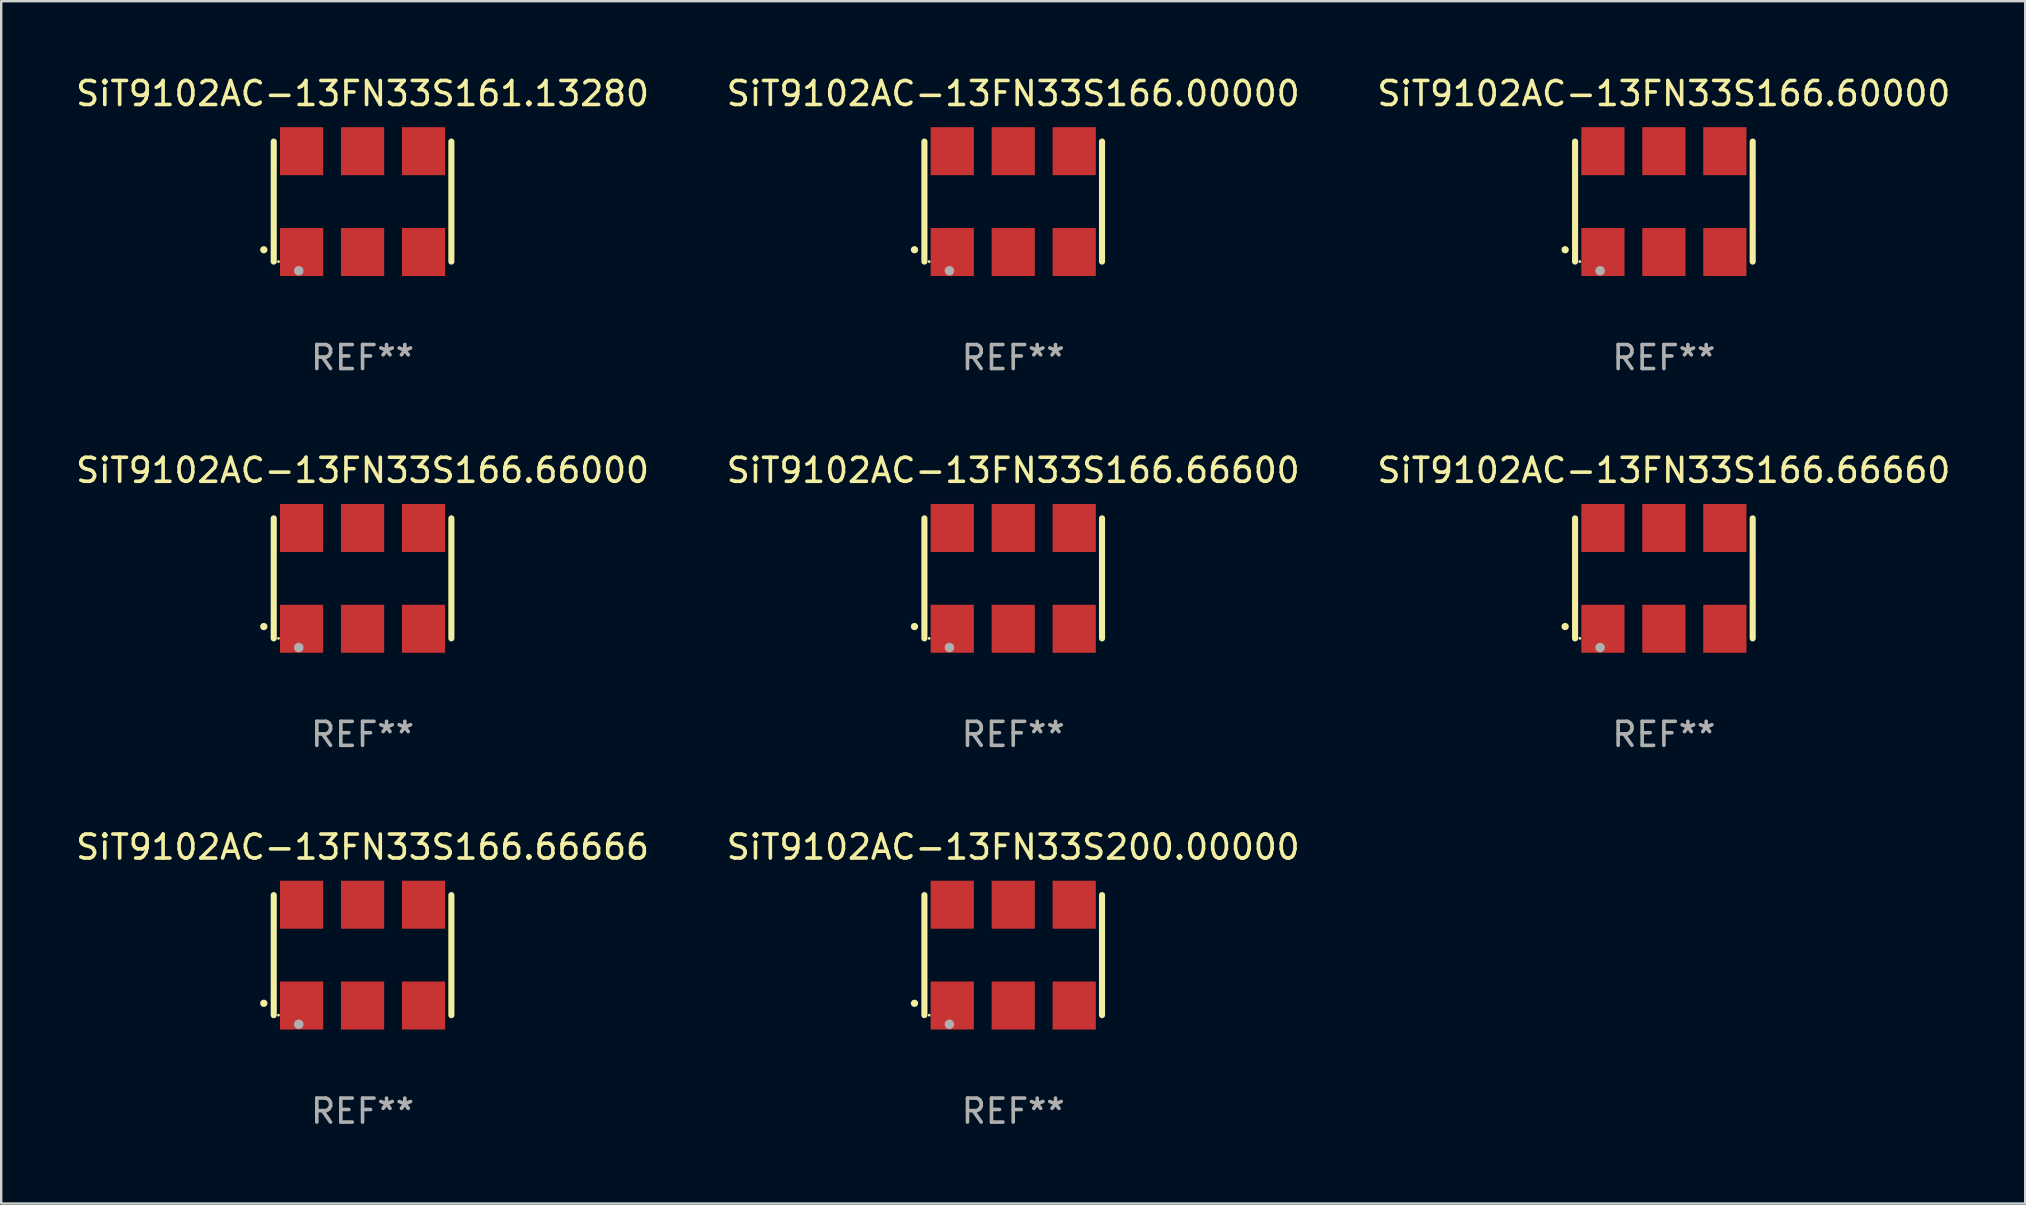
<source format=kicad_pcb>
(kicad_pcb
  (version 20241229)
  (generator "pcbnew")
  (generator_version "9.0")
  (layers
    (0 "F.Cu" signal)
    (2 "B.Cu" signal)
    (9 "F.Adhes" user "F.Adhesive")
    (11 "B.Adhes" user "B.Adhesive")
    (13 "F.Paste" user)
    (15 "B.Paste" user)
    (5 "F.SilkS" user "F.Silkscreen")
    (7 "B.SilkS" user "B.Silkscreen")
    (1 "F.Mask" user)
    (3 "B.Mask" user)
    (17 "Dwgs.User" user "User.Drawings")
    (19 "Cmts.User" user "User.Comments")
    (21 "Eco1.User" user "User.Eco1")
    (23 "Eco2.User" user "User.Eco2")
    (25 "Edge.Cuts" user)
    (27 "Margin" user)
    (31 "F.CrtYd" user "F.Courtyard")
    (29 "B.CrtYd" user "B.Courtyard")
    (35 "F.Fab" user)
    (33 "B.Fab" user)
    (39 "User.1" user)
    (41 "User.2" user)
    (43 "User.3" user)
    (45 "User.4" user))
  (footprint "SiT9102AC-13FN33S166.60000"
    (layer "F.Cu")
    (at 66.268 5.348)
    (property "Reference" "SiT9102AC-13FN33S166.60000" (at 0 -4.5 0) (layer "F.SilkS") (effects (font (size 1 1) (thickness 0.15))))
    (attr through_hole)
    (fp_line (start -3.7 -2.5) (end -3.7 2.5) (stroke (width 0.254) (type solid)) (layer "F.SilkS"))
    (fp_line (start 3.7 -2.5) (end 3.7 2.5) (stroke (width 0.254) (type solid)) (layer "F.SilkS"))
    (fp_arc (start -4.114415 2.006604) (mid -4.113145 2.006599) (end -4.111875 2.006604) (stroke (width 0.3) (type solid)) (layer "F.SilkS"))
    (fp_circle (center -3.502 2.5) (end -3.472 2.5) (stroke (width 0.06) (type solid)) (fill no) (layer "F.SilkS"))
    (fp_circle (center -2.657 2.882) (end -2.557 2.882) (stroke (width 0.2) (type solid)) (fill no) (layer "F.Fab"))
    (fp_text user "REF**" (at 0 6.5 0) (layer "F.Fab") (effects (font (size 1 1) (thickness 0.15))))
    (pad "1" smd rect (at -2.54 2.1) (size 1.8 2) (layers "F.Cu" "F.Mask" "F.Paste"))
    (pad "2" smd rect (at 0.000394 2.1) (size 1.8 2) (layers "F.Cu" "F.Mask" "F.Paste"))
    (pad "3" smd rect (at 2.54 2.1) (size 1.8 2) (layers "F.Cu" "F.Mask" "F.Paste"))
    (pad "4" smd rect (at 2.54 -2.1) (size 1.8 2) (layers "F.Cu" "F.Mask" "F.Paste"))
    (pad "5" smd rect (at 0.000394 -2.1) (size 1.8 2) (layers "F.Cu" "F.Mask" "F.Paste"))
    (pad "6" smd rect (at -2.54 -2.1) (size 1.8 2) (layers "F.Cu" "F.Mask" "F.Paste")))
  (footprint "SiT9102AC-13FN33S200.00000"
    (layer "F.Cu")
    (at 39.161 36.741)
    (property "Reference" "SiT9102AC-13FN33S200.00000" (at 0 -4.5 0) (layer "F.SilkS") (effects (font (size 1 1) (thickness 0.15))))
    (attr through_hole)
    (fp_line (start -3.7 -2.5) (end -3.7 2.5) (stroke (width 0.254) (type solid)) (layer "F.SilkS"))
    (fp_line (start 3.7 -2.5) (end 3.7 2.5) (stroke (width 0.254) (type solid)) (layer "F.SilkS"))
    (fp_arc (start -4.114415 2.006604) (mid -4.113145 2.006599) (end -4.111875 2.006604) (stroke (width 0.3) (type solid)) (layer "F.SilkS"))
    (fp_circle (center -3.502 2.5) (end -3.472 2.5) (stroke (width 0.06) (type solid)) (fill no) (layer "F.SilkS"))
    (fp_circle (center -2.657 2.882) (end -2.557 2.882) (stroke (width 0.2) (type solid)) (fill no) (layer "F.Fab"))
    (fp_text user "REF**" (at 0 6.5 0) (layer "F.Fab") (effects (font (size 1 1) (thickness 0.15))))
    (pad "1" smd rect (at -2.54 2.1) (size 1.8 2) (layers "F.Cu" "F.Mask" "F.Paste"))
    (pad "2" smd rect (at 0.000394 2.1) (size 1.8 2) (layers "F.Cu" "F.Mask" "F.Paste"))
    (pad "3" smd rect (at 2.54 2.1) (size 1.8 2) (layers "F.Cu" "F.Mask" "F.Paste"))
    (pad "4" smd rect (at 2.54 -2.1) (size 1.8 2) (layers "F.Cu" "F.Mask" "F.Paste"))
    (pad "5" smd rect (at 0.000394 -2.1) (size 1.8 2) (layers "F.Cu" "F.Mask" "F.Paste"))
    (pad "6" smd rect (at -2.54 -2.1) (size 1.8 2) (layers "F.Cu" "F.Mask" "F.Paste")))
  (footprint "SiT9102AC-13FN33S166.66666"
    (layer "F.Cu")
    (at 12.054 36.741)
    (property "Reference" "SiT9102AC-13FN33S166.66666" (at 0 -4.5 0) (layer "F.SilkS") (effects (font (size 1 1) (thickness 0.15))))
    (attr through_hole)
    (fp_line (start -3.7 -2.5) (end -3.7 2.5) (stroke (width 0.254) (type solid)) (layer "F.SilkS"))
    (fp_line (start 3.7 -2.5) (end 3.7 2.5) (stroke (width 0.254) (type solid)) (layer "F.SilkS"))
    (fp_arc (start -4.114415 2.006604) (mid -4.113145 2.006599) (end -4.111875 2.006604) (stroke (width 0.3) (type solid)) (layer "F.SilkS"))
    (fp_circle (center -3.502 2.5) (end -3.472 2.5) (stroke (width 0.06) (type solid)) (fill no) (layer "F.SilkS"))
    (fp_circle (center -2.657 2.882) (end -2.557 2.882) (stroke (width 0.2) (type solid)) (fill no) (layer "F.Fab"))
    (fp_text user "REF**" (at 0 6.5 0) (layer "F.Fab") (effects (font (size 1 1) (thickness 0.15))))
    (pad "1" smd rect (at -2.54 2.1) (size 1.8 2) (layers "F.Cu" "F.Mask" "F.Paste"))
    (pad "2" smd rect (at 0.000394 2.1) (size 1.8 2) (layers "F.Cu" "F.Mask" "F.Paste"))
    (pad "3" smd rect (at 2.54 2.1) (size 1.8 2) (layers "F.Cu" "F.Mask" "F.Paste"))
    (pad "4" smd rect (at 2.54 -2.1) (size 1.8 2) (layers "F.Cu" "F.Mask" "F.Paste"))
    (pad "5" smd rect (at 0.000394 -2.1) (size 1.8 2) (layers "F.Cu" "F.Mask" "F.Paste"))
    (pad "6" smd rect (at -2.54 -2.1) (size 1.8 2) (layers "F.Cu" "F.Mask" "F.Paste")))
  (footprint "SiT9102AC-13FN33S166.66000"
    (layer "F.Cu")
    (at 12.054 21.045)
    (property "Reference" "SiT9102AC-13FN33S166.66000" (at 0 -4.5 0) (layer "F.SilkS") (effects (font (size 1 1) (thickness 0.15))))
    (attr through_hole)
    (fp_line (start -3.7 -2.5) (end -3.7 2.5) (stroke (width 0.254) (type solid)) (layer "F.SilkS"))
    (fp_line (start 3.7 -2.5) (end 3.7 2.5) (stroke (width 0.254) (type solid)) (layer "F.SilkS"))
    (fp_arc (start -4.114415 2.006604) (mid -4.113145 2.006599) (end -4.111875 2.006604) (stroke (width 0.3) (type solid)) (layer "F.SilkS"))
    (fp_circle (center -3.502 2.5) (end -3.472 2.5) (stroke (width 0.06) (type solid)) (fill no) (layer "F.SilkS"))
    (fp_circle (center -2.657 2.882) (end -2.557 2.882) (stroke (width 0.2) (type solid)) (fill no) (layer "F.Fab"))
    (fp_text user "REF**" (at 0 6.5 0) (layer "F.Fab") (effects (font (size 1 1) (thickness 0.15))))
    (pad "1" smd rect (at -2.54 2.1) (size 1.8 2) (layers "F.Cu" "F.Mask" "F.Paste"))
    (pad "2" smd rect (at 0.000394 2.1) (size 1.8 2) (layers "F.Cu" "F.Mask" "F.Paste"))
    (pad "3" smd rect (at 2.54 2.1) (size 1.8 2) (layers "F.Cu" "F.Mask" "F.Paste"))
    (pad "4" smd rect (at 2.54 -2.1) (size 1.8 2) (layers "F.Cu" "F.Mask" "F.Paste"))
    (pad "5" smd rect (at 0.000394 -2.1) (size 1.8 2) (layers "F.Cu" "F.Mask" "F.Paste"))
    (pad "6" smd rect (at -2.54 -2.1) (size 1.8 2) (layers "F.Cu" "F.Mask" "F.Paste")))
  (footprint "SiT9102AC-13FN33S166.66660"
    (layer "F.Cu")
    (at 66.268 21.045)
    (property "Reference" "SiT9102AC-13FN33S166.66660" (at 0 -4.5 0) (layer "F.SilkS") (effects (font (size 1 1) (thickness 0.15))))
    (attr through_hole)
    (fp_line (start -3.7 -2.5) (end -3.7 2.5) (stroke (width 0.254) (type solid)) (layer "F.SilkS"))
    (fp_line (start 3.7 -2.5) (end 3.7 2.5) (stroke (width 0.254) (type solid)) (layer "F.SilkS"))
    (fp_arc (start -4.114415 2.006604) (mid -4.113145 2.006599) (end -4.111875 2.006604) (stroke (width 0.3) (type solid)) (layer "F.SilkS"))
    (fp_circle (center -3.502 2.5) (end -3.472 2.5) (stroke (width 0.06) (type solid)) (fill no) (layer "F.SilkS"))
    (fp_circle (center -2.657 2.882) (end -2.557 2.882) (stroke (width 0.2) (type solid)) (fill no) (layer "F.Fab"))
    (fp_text user "REF**" (at 0 6.5 0) (layer "F.Fab") (effects (font (size 1 1) (thickness 0.15))))
    (pad "1" smd rect (at -2.54 2.1) (size 1.8 2) (layers "F.Cu" "F.Mask" "F.Paste"))
    (pad "2" smd rect (at 0.000394 2.1) (size 1.8 2) (layers "F.Cu" "F.Mask" "F.Paste"))
    (pad "3" smd rect (at 2.54 2.1) (size 1.8 2) (layers "F.Cu" "F.Mask" "F.Paste"))
    (pad "4" smd rect (at 2.54 -2.1) (size 1.8 2) (layers "F.Cu" "F.Mask" "F.Paste"))
    (pad "5" smd rect (at 0.000394 -2.1) (size 1.8 2) (layers "F.Cu" "F.Mask" "F.Paste"))
    (pad "6" smd rect (at -2.54 -2.1) (size 1.8 2) (layers "F.Cu" "F.Mask" "F.Paste")))
  (footprint "SiT9102AC-13FN33S166.66600"
    (layer "F.Cu")
    (at 39.161 21.045)
    (property "Reference" "SiT9102AC-13FN33S166.66600" (at 0 -4.5 0) (layer "F.SilkS") (effects (font (size 1 1) (thickness 0.15))))
    (attr through_hole)
    (fp_line (start -3.7 -2.5) (end -3.7 2.5) (stroke (width 0.254) (type solid)) (layer "F.SilkS"))
    (fp_line (start 3.7 -2.5) (end 3.7 2.5) (stroke (width 0.254) (type solid)) (layer "F.SilkS"))
    (fp_arc (start -4.114415 2.006604) (mid -4.113145 2.006599) (end -4.111875 2.006604) (stroke (width 0.3) (type solid)) (layer "F.SilkS"))
    (fp_circle (center -3.502 2.5) (end -3.472 2.5) (stroke (width 0.06) (type solid)) (fill no) (layer "F.SilkS"))
    (fp_circle (center -2.657 2.882) (end -2.557 2.882) (stroke (width 0.2) (type solid)) (fill no) (layer "F.Fab"))
    (fp_text user "REF**" (at 0 6.5 0) (layer "F.Fab") (effects (font (size 1 1) (thickness 0.15))))
    (pad "1" smd rect (at -2.54 2.1) (size 1.8 2) (layers "F.Cu" "F.Mask" "F.Paste"))
    (pad "2" smd rect (at 0.000394 2.1) (size 1.8 2) (layers "F.Cu" "F.Mask" "F.Paste"))
    (pad "3" smd rect (at 2.54 2.1) (size 1.8 2) (layers "F.Cu" "F.Mask" "F.Paste"))
    (pad "4" smd rect (at 2.54 -2.1) (size 1.8 2) (layers "F.Cu" "F.Mask" "F.Paste"))
    (pad "5" smd rect (at 0.000394 -2.1) (size 1.8 2) (layers "F.Cu" "F.Mask" "F.Paste"))
    (pad "6" smd rect (at -2.54 -2.1) (size 1.8 2) (layers "F.Cu" "F.Mask" "F.Paste")))
  (footprint "SiT9102AC-13FN33S166.00000"
    (layer "F.Cu")
    (at 39.161 5.348)
    (property "Reference" "SiT9102AC-13FN33S166.00000" (at 0 -4.5 0) (layer "F.SilkS") (effects (font (size 1 1) (thickness 0.15))))
    (attr through_hole)
    (fp_line (start -3.7 -2.5) (end -3.7 2.5) (stroke (width 0.254) (type solid)) (layer "F.SilkS"))
    (fp_line (start 3.7 -2.5) (end 3.7 2.5) (stroke (width 0.254) (type solid)) (layer "F.SilkS"))
    (fp_arc (start -4.114415 2.006604) (mid -4.113145 2.006599) (end -4.111875 2.006604) (stroke (width 0.3) (type solid)) (layer "F.SilkS"))
    (fp_circle (center -3.502 2.5) (end -3.472 2.5) (stroke (width 0.06) (type solid)) (fill no) (layer "F.SilkS"))
    (fp_circle (center -2.657 2.882) (end -2.557 2.882) (stroke (width 0.2) (type solid)) (fill no) (layer "F.Fab"))
    (fp_text user "REF**" (at 0 6.5 0) (layer "F.Fab") (effects (font (size 1 1) (thickness 0.15))))
    (pad "1" smd rect (at -2.54 2.1) (size 1.8 2) (layers "F.Cu" "F.Mask" "F.Paste"))
    (pad "2" smd rect (at 0.000394 2.1) (size 1.8 2) (layers "F.Cu" "F.Mask" "F.Paste"))
    (pad "3" smd rect (at 2.54 2.1) (size 1.8 2) (layers "F.Cu" "F.Mask" "F.Paste"))
    (pad "4" smd rect (at 2.54 -2.1) (size 1.8 2) (layers "F.Cu" "F.Mask" "F.Paste"))
    (pad "5" smd rect (at 0.000394 -2.1) (size 1.8 2) (layers "F.Cu" "F.Mask" "F.Paste"))
    (pad "6" smd rect (at -2.54 -2.1) (size 1.8 2) (layers "F.Cu" "F.Mask" "F.Paste")))
  (footprint "SiT9102AC-13FN33S161.13280"
    (layer "F.Cu")
    (at 12.054 5.348)
    (property "Reference" "SiT9102AC-13FN33S161.13280" (at 0 -4.5 0) (layer "F.SilkS") (effects (font (size 1 1) (thickness 0.15))))
    (attr through_hole)
    (fp_line (start -3.7 -2.5) (end -3.7 2.5) (stroke (width 0.254) (type solid)) (layer "F.SilkS"))
    (fp_line (start 3.7 -2.5) (end 3.7 2.5) (stroke (width 0.254) (type solid)) (layer "F.SilkS"))
    (fp_arc (start -4.114415 2.006604) (mid -4.113145 2.006599) (end -4.111875 2.006604) (stroke (width 0.3) (type solid)) (layer "F.SilkS"))
    (fp_circle (center -3.502 2.5) (end -3.472 2.5) (stroke (width 0.06) (type solid)) (fill no) (layer "F.SilkS"))
    (fp_circle (center -2.657 2.882) (end -2.557 2.882) (stroke (width 0.2) (type solid)) (fill no) (layer "F.Fab"))
    (fp_text user "REF**" (at 0 6.5 0) (layer "F.Fab") (effects (font (size 1 1) (thickness 0.15))))
    (pad "1" smd rect (at -2.54 2.1) (size 1.8 2) (layers "F.Cu" "F.Mask" "F.Paste"))
    (pad "2" smd rect (at 0.000394 2.1) (size 1.8 2) (layers "F.Cu" "F.Mask" "F.Paste"))
    (pad "3" smd rect (at 2.54 2.1) (size 1.8 2) (layers "F.Cu" "F.Mask" "F.Paste"))
    (pad "4" smd rect (at 2.54 -2.1) (size 1.8 2) (layers "F.Cu" "F.Mask" "F.Paste"))
    (pad "5" smd rect (at 0.000394 -2.1) (size 1.8 2) (layers "F.Cu" "F.Mask" "F.Paste"))
    (pad "6" smd rect (at -2.54 -2.1) (size 1.8 2) (layers "F.Cu" "F.Mask" "F.Paste")))
  (gr_rect
    (start -3 -3)
    (end 81.321 47.09)
    (stroke (width 0.1) (type default))
    (fill no)
    (layer "Edge.Cuts")))
</source>
